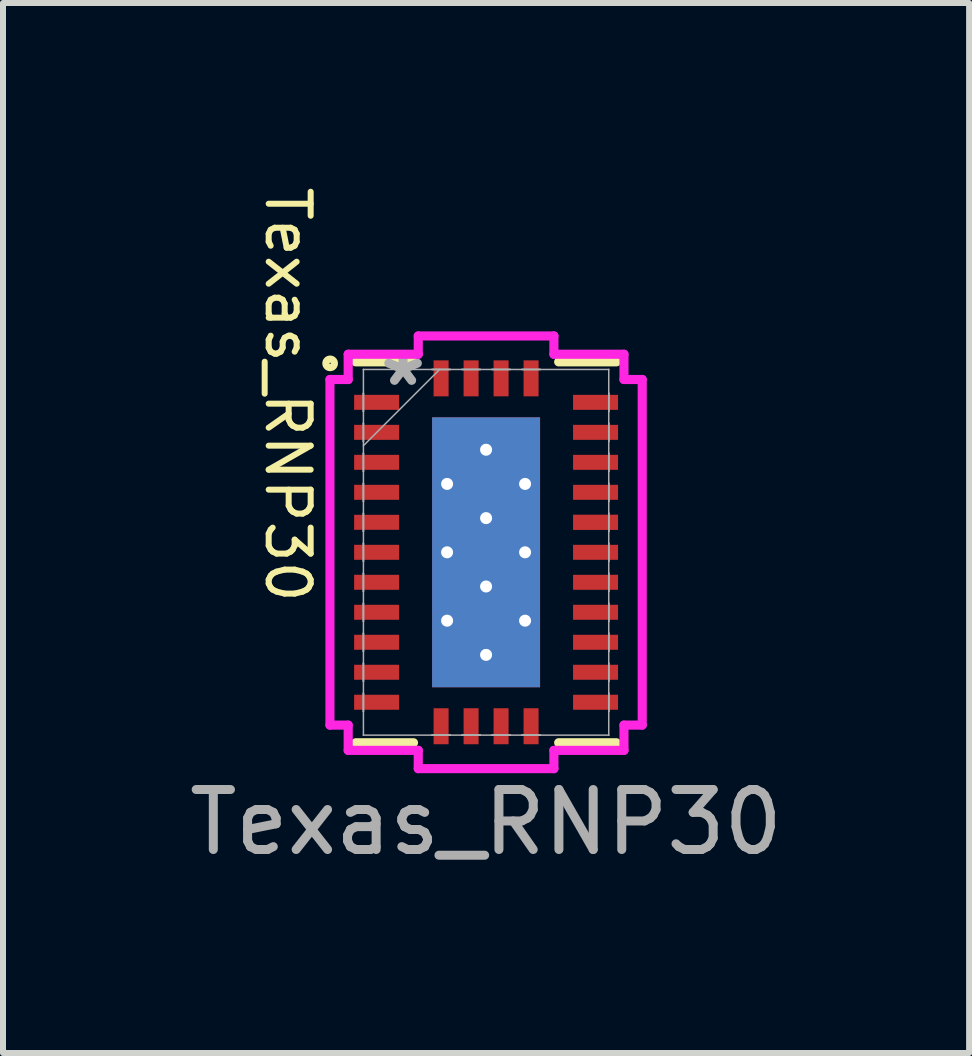
<source format=kicad_pcb>
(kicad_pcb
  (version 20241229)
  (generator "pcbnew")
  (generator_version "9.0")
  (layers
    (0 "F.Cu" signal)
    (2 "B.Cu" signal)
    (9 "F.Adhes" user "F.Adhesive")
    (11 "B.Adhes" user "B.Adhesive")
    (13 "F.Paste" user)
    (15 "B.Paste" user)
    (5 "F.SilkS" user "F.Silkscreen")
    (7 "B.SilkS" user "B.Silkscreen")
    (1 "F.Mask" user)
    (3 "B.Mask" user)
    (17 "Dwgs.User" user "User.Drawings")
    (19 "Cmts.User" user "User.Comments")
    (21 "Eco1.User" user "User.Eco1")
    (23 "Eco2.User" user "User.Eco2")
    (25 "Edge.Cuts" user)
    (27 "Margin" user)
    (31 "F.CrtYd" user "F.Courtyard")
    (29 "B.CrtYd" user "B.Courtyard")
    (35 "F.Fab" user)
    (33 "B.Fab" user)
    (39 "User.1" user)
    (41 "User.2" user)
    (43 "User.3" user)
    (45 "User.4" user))
  (footprint "Texas_RNP30"
    (layer "F.Cu")
    (at 5.054 6.158)
    (property "Reference" "Texas_RNP30" (at -3.306 -2.628 270) (unlocked yes) (layer "F.SilkS") (effects (font (size 0.7 0.7) (thickness 0.1))))
    (attr smd)
    (fp_line (start -2.172 3.175) (end -1.21 3.175) (stroke (width 0.152) (type solid)) (layer "F.SilkS"))
    (fp_line (start -1.21 -3.175) (end -2.172 -3.175) (stroke (width 0.152) (type solid)) (layer "F.SilkS"))
    (fp_line (start 1.21 3.175) (end 2.172 3.175) (stroke (width 0.152) (type solid)) (layer "F.SilkS"))
    (fp_line (start 2.172 -3.175) (end 1.21 -3.175) (stroke (width 0.152) (type solid)) (layer "F.SilkS"))
    (fp_circle (center -2.6 -3.15) (end -2.55 -3.1) (stroke (width 0.12) (type default)) (fill no) (layer "F.SilkS"))
    (fp_line (start -2.603 -2.881) (end -2.299 -2.881) (stroke (width 0.152) (type solid)) (layer "F.CrtYd"))
    (fp_line (start -2.603 2.881) (end -2.603 -2.881) (stroke (width 0.152) (type solid)) (layer "F.CrtYd"))
    (fp_line (start -2.299 -3.302) (end -1.131 -3.302) (stroke (width 0.152) (type solid)) (layer "F.CrtYd"))
    (fp_line (start -2.299 -2.881) (end -2.299 -3.302) (stroke (width 0.152) (type solid)) (layer "F.CrtYd"))
    (fp_line (start -2.299 2.881) (end -2.603 2.881) (stroke (width 0.152) (type solid)) (layer "F.CrtYd"))
    (fp_line (start -2.299 3.302) (end -2.299 2.881) (stroke (width 0.152) (type solid)) (layer "F.CrtYd"))
    (fp_line (start -1.131 -3.607) (end 1.131 -3.607) (stroke (width 0.152) (type solid)) (layer "F.CrtYd"))
    (fp_line (start -1.131 -3.302) (end -1.131 -3.607) (stroke (width 0.152) (type solid)) (layer "F.CrtYd"))
    (fp_line (start -1.131 3.302) (end -2.299 3.302) (stroke (width 0.152) (type solid)) (layer "F.CrtYd"))
    (fp_line (start -1.131 3.607) (end -1.131 3.302) (stroke (width 0.152) (type solid)) (layer "F.CrtYd"))
    (fp_line (start 1.131 -3.607) (end 1.131 -3.302) (stroke (width 0.152) (type solid)) (layer "F.CrtYd"))
    (fp_line (start 1.131 -3.302) (end 2.299 -3.302) (stroke (width 0.152) (type solid)) (layer "F.CrtYd"))
    (fp_line (start 1.131 3.302) (end 1.131 3.607) (stroke (width 0.152) (type solid)) (layer "F.CrtYd"))
    (fp_line (start 1.131 3.607) (end -1.131 3.607) (stroke (width 0.152) (type solid)) (layer "F.CrtYd"))
    (fp_line (start 2.299 -3.302) (end 2.299 -2.881) (stroke (width 0.152) (type solid)) (layer "F.CrtYd"))
    (fp_line (start 2.299 -2.881) (end 2.603 -2.881) (stroke (width 0.152) (type solid)) (layer "F.CrtYd"))
    (fp_line (start 2.299 2.881) (end 2.299 3.302) (stroke (width 0.152) (type solid)) (layer "F.CrtYd"))
    (fp_line (start 2.299 3.302) (end 1.131 3.302) (stroke (width 0.152) (type solid)) (layer "F.CrtYd"))
    (fp_line (start 2.603 -2.881) (end 2.603 2.881) (stroke (width 0.152) (type solid)) (layer "F.CrtYd"))
    (fp_line (start 2.603 2.881) (end 2.299 2.881) (stroke (width 0.152) (type solid)) (layer "F.CrtYd"))
    (fp_line (start -2.045 -3.048) (end -2.045 -3.048) (stroke (width 0.025) (type solid)) (layer "F.Fab"))
    (fp_line (start -2.045 -3.048) (end -2.045 3.048) (stroke (width 0.025) (type solid)) (layer "F.Fab"))
    (fp_line (start -2.045 -2.652) (end -2.045 -2.652) (stroke (width 0.025) (type solid)) (layer "F.Fab"))
    (fp_line (start -2.045 -2.652) (end -2.045 -2.348) (stroke (width 0.025) (type solid)) (layer "F.Fab"))
    (fp_line (start -2.045 -2.348) (end -2.045 -2.652) (stroke (width 0.025) (type solid)) (layer "F.Fab"))
    (fp_line (start -2.045 -2.348) (end -2.045 -2.348) (stroke (width 0.025) (type solid)) (layer "F.Fab"))
    (fp_line (start -2.045 -2.152) (end -2.045 -2.152) (stroke (width 0.025) (type solid)) (layer "F.Fab"))
    (fp_line (start -2.045 -2.152) (end -2.045 -1.848) (stroke (width 0.025) (type solid)) (layer "F.Fab"))
    (fp_line (start -2.045 -1.848) (end -2.045 -2.152) (stroke (width 0.025) (type solid)) (layer "F.Fab"))
    (fp_line (start -2.045 -1.848) (end -2.045 -1.848) (stroke (width 0.025) (type solid)) (layer "F.Fab"))
    (fp_line (start -2.045 -1.778) (end -0.775 -3.048) (stroke (width 0.025) (type solid)) (layer "F.Fab"))
    (fp_line (start -2.045 -1.652) (end -2.045 -1.652) (stroke (width 0.025) (type solid)) (layer "F.Fab"))
    (fp_line (start -2.045 -1.652) (end -2.045 -1.348) (stroke (width 0.025) (type solid)) (layer "F.Fab"))
    (fp_line (start -2.045 -1.348) (end -2.045 -1.652) (stroke (width 0.025) (type solid)) (layer "F.Fab"))
    (fp_line (start -2.045 -1.348) (end -2.045 -1.348) (stroke (width 0.025) (type solid)) (layer "F.Fab"))
    (fp_line (start -2.045 -1.152) (end -2.045 -1.152) (stroke (width 0.025) (type solid)) (layer "F.Fab"))
    (fp_line (start -2.045 -1.152) (end -2.045 -0.848) (stroke (width 0.025) (type solid)) (layer "F.Fab"))
    (fp_line (start -2.045 -0.848) (end -2.045 -1.152) (stroke (width 0.025) (type solid)) (layer "F.Fab"))
    (fp_line (start -2.045 -0.848) (end -2.045 -0.848) (stroke (width 0.025) (type solid)) (layer "F.Fab"))
    (fp_line (start -2.045 -0.652) (end -2.045 -0.652) (stroke (width 0.025) (type solid)) (layer "F.Fab"))
    (fp_line (start -2.045 -0.652) (end -2.045 -0.348) (stroke (width 0.025) (type solid)) (layer "F.Fab"))
    (fp_line (start -2.045 -0.348) (end -2.045 -0.652) (stroke (width 0.025) (type solid)) (layer "F.Fab"))
    (fp_line (start -2.045 -0.348) (end -2.045 -0.348) (stroke (width 0.025) (type solid)) (layer "F.Fab"))
    (fp_line (start -2.045 -0.152) (end -2.045 -0.152) (stroke (width 0.025) (type solid)) (layer "F.Fab"))
    (fp_line (start -2.045 -0.152) (end -2.045 0.152) (stroke (width 0.025) (type solid)) (layer "F.Fab"))
    (fp_line (start -2.045 0.152) (end -2.045 -0.152) (stroke (width 0.025) (type solid)) (layer "F.Fab"))
    (fp_line (start -2.045 0.152) (end -2.045 0.152) (stroke (width 0.025) (type solid)) (layer "F.Fab"))
    (fp_line (start -2.045 0.348) (end -2.045 0.348) (stroke (width 0.025) (type solid)) (layer "F.Fab"))
    (fp_line (start -2.045 0.348) (end -2.045 0.652) (stroke (width 0.025) (type solid)) (layer "F.Fab"))
    (fp_line (start -2.045 0.652) (end -2.045 0.348) (stroke (width 0.025) (type solid)) (layer "F.Fab"))
    (fp_line (start -2.045 0.652) (end -2.045 0.652) (stroke (width 0.025) (type solid)) (layer "F.Fab"))
    (fp_line (start -2.045 0.848) (end -2.045 0.848) (stroke (width 0.025) (type solid)) (layer "F.Fab"))
    (fp_line (start -2.045 0.848) (end -2.045 1.152) (stroke (width 0.025) (type solid)) (layer "F.Fab"))
    (fp_line (start -2.045 1.152) (end -2.045 0.848) (stroke (width 0.025) (type solid)) (layer "F.Fab"))
    (fp_line (start -2.045 1.152) (end -2.045 1.152) (stroke (width 0.025) (type solid)) (layer "F.Fab"))
    (fp_line (start -2.045 1.348) (end -2.045 1.348) (stroke (width 0.025) (type solid)) (layer "F.Fab"))
    (fp_line (start -2.045 1.348) (end -2.045 1.652) (stroke (width 0.025) (type solid)) (layer "F.Fab"))
    (fp_line (start -2.045 1.652) (end -2.045 1.348) (stroke (width 0.025) (type solid)) (layer "F.Fab"))
    (fp_line (start -2.045 1.652) (end -2.045 1.652) (stroke (width 0.025) (type solid)) (layer "F.Fab"))
    (fp_line (start -2.045 1.848) (end -2.045 1.848) (stroke (width 0.025) (type solid)) (layer "F.Fab"))
    (fp_line (start -2.045 1.848) (end -2.045 2.152) (stroke (width 0.025) (type solid)) (layer "F.Fab"))
    (fp_line (start -2.045 2.152) (end -2.045 1.848) (stroke (width 0.025) (type solid)) (layer "F.Fab"))
    (fp_line (start -2.045 2.152) (end -2.045 2.152) (stroke (width 0.025) (type solid)) (layer "F.Fab"))
    (fp_line (start -2.045 2.348) (end -2.045 2.348) (stroke (width 0.025) (type solid)) (layer "F.Fab"))
    (fp_line (start -2.045 2.348) (end -2.045 2.652) (stroke (width 0.025) (type solid)) (layer "F.Fab"))
    (fp_line (start -2.045 2.652) (end -2.045 2.348) (stroke (width 0.025) (type solid)) (layer "F.Fab"))
    (fp_line (start -2.045 2.652) (end -2.045 2.652) (stroke (width 0.025) (type solid)) (layer "F.Fab"))
    (fp_line (start -2.045 3.048) (end -2.045 3.048) (stroke (width 0.025) (type solid)) (layer "F.Fab"))
    (fp_line (start -2.045 3.048) (end 2.045 3.048) (stroke (width 0.025) (type solid)) (layer "F.Fab"))
    (fp_line (start -0.902 -3.048) (end -0.902 -3.048) (stroke (width 0.025) (type solid)) (layer "F.Fab"))
    (fp_line (start -0.902 -3.048) (end -0.598 -3.048) (stroke (width 0.025) (type solid)) (layer "F.Fab"))
    (fp_line (start -0.902 3.048) (end -0.902 3.048) (stroke (width 0.025) (type solid)) (layer "F.Fab"))
    (fp_line (start -0.902 3.048) (end -0.598 3.048) (stroke (width 0.025) (type solid)) (layer "F.Fab"))
    (fp_line (start -0.598 -3.048) (end -0.902 -3.048) (stroke (width 0.025) (type solid)) (layer "F.Fab"))
    (fp_line (start -0.598 -3.048) (end -0.598 -3.048) (stroke (width 0.025) (type solid)) (layer "F.Fab"))
    (fp_line (start -0.598 3.048) (end -0.902 3.048) (stroke (width 0.025) (type solid)) (layer "F.Fab"))
    (fp_line (start -0.598 3.048) (end -0.598 3.048) (stroke (width 0.025) (type solid)) (layer "F.Fab"))
    (fp_line (start -0.402 -3.048) (end -0.402 -3.048) (stroke (width 0.025) (type solid)) (layer "F.Fab"))
    (fp_line (start -0.402 -3.048) (end -0.098 -3.048) (stroke (width 0.025) (type solid)) (layer "F.Fab"))
    (fp_line (start -0.402 3.048) (end -0.402 3.048) (stroke (width 0.025) (type solid)) (layer "F.Fab"))
    (fp_line (start -0.402 3.048) (end -0.098 3.048) (stroke (width 0.025) (type solid)) (layer "F.Fab"))
    (fp_line (start -0.098 -3.048) (end -0.402 -3.048) (stroke (width 0.025) (type solid)) (layer "F.Fab"))
    (fp_line (start -0.098 -3.048) (end -0.098 -3.048) (stroke (width 0.025) (type solid)) (layer "F.Fab"))
    (fp_line (start -0.098 3.048) (end -0.402 3.048) (stroke (width 0.025) (type solid)) (layer "F.Fab"))
    (fp_line (start -0.098 3.048) (end -0.098 3.048) (stroke (width 0.025) (type solid)) (layer "F.Fab"))
    (fp_line (start 0.098 -3.048) (end 0.098 -3.048) (stroke (width 0.025) (type solid)) (layer "F.Fab"))
    (fp_line (start 0.098 -3.048) (end 0.402 -3.048) (stroke (width 0.025) (type solid)) (layer "F.Fab"))
    (fp_line (start 0.098 3.048) (end 0.098 3.048) (stroke (width 0.025) (type solid)) (layer "F.Fab"))
    (fp_line (start 0.098 3.048) (end 0.402 3.048) (stroke (width 0.025) (type solid)) (layer "F.Fab"))
    (fp_line (start 0.402 -3.048) (end 0.098 -3.048) (stroke (width 0.025) (type solid)) (layer "F.Fab"))
    (fp_line (start 0.402 -3.048) (end 0.402 -3.048) (stroke (width 0.025) (type solid)) (layer "F.Fab"))
    (fp_line (start 0.402 3.048) (end 0.098 3.048) (stroke (width 0.025) (type solid)) (layer "F.Fab"))
    (fp_line (start 0.402 3.048) (end 0.402 3.048) (stroke (width 0.025) (type solid)) (layer "F.Fab"))
    (fp_line (start 0.598 -3.048) (end 0.598 -3.048) (stroke (width 0.025) (type solid)) (layer "F.Fab"))
    (fp_line (start 0.598 -3.048) (end 0.902 -3.048) (stroke (width 0.025) (type solid)) (layer "F.Fab"))
    (fp_line (start 0.598 3.048) (end 0.598 3.048) (stroke (width 0.025) (type solid)) (layer "F.Fab"))
    (fp_line (start 0.598 3.048) (end 0.902 3.048) (stroke (width 0.025) (type solid)) (layer "F.Fab"))
    (fp_line (start 0.902 -3.048) (end 0.598 -3.048) (stroke (width 0.025) (type solid)) (layer "F.Fab"))
    (fp_line (start 0.902 -3.048) (end 0.902 -3.048) (stroke (width 0.025) (type solid)) (layer "F.Fab"))
    (fp_line (start 0.902 3.048) (end 0.598 3.048) (stroke (width 0.025) (type solid)) (layer "F.Fab"))
    (fp_line (start 0.902 3.048) (end 0.902 3.048) (stroke (width 0.025) (type solid)) (layer "F.Fab"))
    (fp_line (start 2.045 -3.048) (end -2.045 -3.048) (stroke (width 0.025) (type solid)) (layer "F.Fab"))
    (fp_line (start 2.045 -3.048) (end 2.045 -3.048) (stroke (width 0.025) (type solid)) (layer "F.Fab"))
    (fp_line (start 2.045 -2.652) (end 2.045 -2.652) (stroke (width 0.025) (type solid)) (layer "F.Fab"))
    (fp_line (start 2.045 -2.652) (end 2.045 -2.348) (stroke (width 0.025) (type solid)) (layer "F.Fab"))
    (fp_line (start 2.045 -2.348) (end 2.045 -2.652) (stroke (width 0.025) (type solid)) (layer "F.Fab"))
    (fp_line (start 2.045 -2.348) (end 2.045 -2.348) (stroke (width 0.025) (type solid)) (layer "F.Fab"))
    (fp_line (start 2.045 -2.152) (end 2.045 -2.152) (stroke (width 0.025) (type solid)) (layer "F.Fab"))
    (fp_line (start 2.045 -2.152) (end 2.045 -1.848) (stroke (width 0.025) (type solid)) (layer "F.Fab"))
    (fp_line (start 2.045 -1.848) (end 2.045 -2.152) (stroke (width 0.025) (type solid)) (layer "F.Fab"))
    (fp_line (start 2.045 -1.848) (end 2.045 -1.848) (stroke (width 0.025) (type solid)) (layer "F.Fab"))
    (fp_line (start 2.045 -1.652) (end 2.045 -1.652) (stroke (width 0.025) (type solid)) (layer "F.Fab"))
    (fp_line (start 2.045 -1.652) (end 2.045 -1.348) (stroke (width 0.025) (type solid)) (layer "F.Fab"))
    (fp_line (start 2.045 -1.348) (end 2.045 -1.652) (stroke (width 0.025) (type solid)) (layer "F.Fab"))
    (fp_line (start 2.045 -1.348) (end 2.045 -1.348) (stroke (width 0.025) (type solid)) (layer "F.Fab"))
    (fp_line (start 2.045 -1.152) (end 2.045 -1.152) (stroke (width 0.025) (type solid)) (layer "F.Fab"))
    (fp_line (start 2.045 -1.152) (end 2.045 -0.848) (stroke (width 0.025) (type solid)) (layer "F.Fab"))
    (fp_line (start 2.045 -0.848) (end 2.045 -1.152) (stroke (width 0.025) (type solid)) (layer "F.Fab"))
    (fp_line (start 2.045 -0.848) (end 2.045 -0.848) (stroke (width 0.025) (type solid)) (layer "F.Fab"))
    (fp_line (start 2.045 -0.652) (end 2.045 -0.652) (stroke (width 0.025) (type solid)) (layer "F.Fab"))
    (fp_line (start 2.045 -0.652) (end 2.045 -0.348) (stroke (width 0.025) (type solid)) (layer "F.Fab"))
    (fp_line (start 2.045 -0.348) (end 2.045 -0.652) (stroke (width 0.025) (type solid)) (layer "F.Fab"))
    (fp_line (start 2.045 -0.348) (end 2.045 -0.348) (stroke (width 0.025) (type solid)) (layer "F.Fab"))
    (fp_line (start 2.045 -0.152) (end 2.045 -0.152) (stroke (width 0.025) (type solid)) (layer "F.Fab"))
    (fp_line (start 2.045 -0.152) (end 2.045 0.152) (stroke (width 0.025) (type solid)) (layer "F.Fab"))
    (fp_line (start 2.045 0.152) (end 2.045 -0.152) (stroke (width 0.025) (type solid)) (layer "F.Fab"))
    (fp_line (start 2.045 0.152) (end 2.045 0.152) (stroke (width 0.025) (type solid)) (layer "F.Fab"))
    (fp_line (start 2.045 0.348) (end 2.045 0.348) (stroke (width 0.025) (type solid)) (layer "F.Fab"))
    (fp_line (start 2.045 0.348) (end 2.045 0.652) (stroke (width 0.025) (type solid)) (layer "F.Fab"))
    (fp_line (start 2.045 0.652) (end 2.045 0.348) (stroke (width 0.025) (type solid)) (layer "F.Fab"))
    (fp_line (start 2.045 0.652) (end 2.045 0.652) (stroke (width 0.025) (type solid)) (layer "F.Fab"))
    (fp_line (start 2.045 0.848) (end 2.045 0.848) (stroke (width 0.025) (type solid)) (layer "F.Fab"))
    (fp_line (start 2.045 0.848) (end 2.045 1.152) (stroke (width 0.025) (type solid)) (layer "F.Fab"))
    (fp_line (start 2.045 1.152) (end 2.045 0.848) (stroke (width 0.025) (type solid)) (layer "F.Fab"))
    (fp_line (start 2.045 1.152) (end 2.045 1.152) (stroke (width 0.025) (type solid)) (layer "F.Fab"))
    (fp_line (start 2.045 1.348) (end 2.045 1.348) (stroke (width 0.025) (type solid)) (layer "F.Fab"))
    (fp_line (start 2.045 1.348) (end 2.045 1.652) (stroke (width 0.025) (type solid)) (layer "F.Fab"))
    (fp_line (start 2.045 1.652) (end 2.045 1.348) (stroke (width 0.025) (type solid)) (layer "F.Fab"))
    (fp_line (start 2.045 1.652) (end 2.045 1.652) (stroke (width 0.025) (type solid)) (layer "F.Fab"))
    (fp_line (start 2.045 1.848) (end 2.045 1.848) (stroke (width 0.025) (type solid)) (layer "F.Fab"))
    (fp_line (start 2.045 1.848) (end 2.045 2.152) (stroke (width 0.025) (type solid)) (layer "F.Fab"))
    (fp_line (start 2.045 2.152) (end 2.045 1.848) (stroke (width 0.025) (type solid)) (layer "F.Fab"))
    (fp_line (start 2.045 2.152) (end 2.045 2.152) (stroke (width 0.025) (type solid)) (layer "F.Fab"))
    (fp_line (start 2.045 2.348) (end 2.045 2.348) (stroke (width 0.025) (type solid)) (layer "F.Fab"))
    (fp_line (start 2.045 2.348) (end 2.045 2.652) (stroke (width 0.025) (type solid)) (layer "F.Fab"))
    (fp_line (start 2.045 2.652) (end 2.045 2.348) (stroke (width 0.025) (type solid)) (layer "F.Fab"))
    (fp_line (start 2.045 2.652) (end 2.045 2.652) (stroke (width 0.025) (type solid)) (layer "F.Fab"))
    (fp_line (start 2.045 3.048) (end 2.045 -3.048) (stroke (width 0.025) (type solid)) (layer "F.Fab"))
    (fp_line (start 2.045 3.048) (end 2.045 3.048) (stroke (width 0.025) (type solid)) (layer "F.Fab"))
    (fp_text user "${REFERENCE}" (at 0 4.5 0) (unlocked yes) (layer "F.Fab") (effects (font (size 1 1) (thickness 0.15))))
    (fp_text user "*" (at -1.384 -2.75 0) (unlocked yes) (layer "F.Fab") (effects (font (size 1 1) (thickness 0.15))))
    (pad "" smd roundrect (at -0.5 -1.71) (size 0.8 0.94) (layers "F.Mask" "F.Paste") (roundrect_rratio 0.1))
    (pad "" smd roundrect (at -0.5 -0.57) (size 0.8 0.94) (layers "F.Mask" "F.Paste") (roundrect_rratio 0.1))
    (pad "" smd roundrect (at -0.5 0.57) (size 0.8 0.94) (layers "F.Mask" "F.Paste") (roundrect_rratio 0.1))
    (pad "" smd roundrect (at -0.5 1.71) (size 0.8 0.94) (layers "F.Mask" "F.Paste") (roundrect_rratio 0.1))
    (pad "" smd roundrect (at 0.5 -1.71) (size 0.8 0.94) (layers "F.Mask" "F.Paste") (roundrect_rratio 0.1))
    (pad "" smd roundrect (at 0.5 -0.57) (size 0.8 0.94) (layers "F.Mask" "F.Paste") (roundrect_rratio 0.1))
    (pad "" smd roundrect (at 0.5 0.57) (size 0.8 0.94) (layers "F.Mask" "F.Paste") (roundrect_rratio 0.1))
    (pad "" smd roundrect (at 0.5 1.71) (size 0.8 0.94) (layers "F.Mask" "F.Paste") (roundrect_rratio 0.1))
    (pad "1" smd rect (at -1.825 -2.5 90) (size 0.25 0.75) (layers "F.Cu" "F.Mask" "F.Paste"))
    (pad "2" smd rect (at -1.825 -2 90) (size 0.25 0.75) (layers "F.Cu" "F.Mask" "F.Paste"))
    (pad "3" smd rect (at -1.825 -1.5 90) (size 0.25 0.75) (layers "F.Cu" "F.Mask" "F.Paste"))
    (pad "4" smd rect (at -1.825 -1 90) (size 0.25 0.75) (layers "F.Cu" "F.Mask" "F.Paste"))
    (pad "5" smd rect (at -1.825 -0.5 90) (size 0.25 0.75) (layers "F.Cu" "F.Mask" "F.Paste"))
    (pad "6" smd rect (at -1.825 0 90) (size 0.25 0.75) (layers "F.Cu" "F.Mask" "F.Paste"))
    (pad "7" smd rect (at -1.825 0.5 90) (size 0.25 0.75) (layers "F.Cu" "F.Mask" "F.Paste"))
    (pad "8" smd rect (at -1.825 1 90) (size 0.25 0.75) (layers "F.Cu" "F.Mask" "F.Paste"))
    (pad "9" smd rect (at -1.825 1.5 90) (size 0.25 0.75) (layers "F.Cu" "F.Mask" "F.Paste"))
    (pad "10" smd rect (at -1.825 2 90) (size 0.25 0.75) (layers "F.Cu" "F.Mask" "F.Paste"))
    (pad "11" smd rect (at -1.825 2.5 90) (size 0.25 0.75) (layers "F.Cu" "F.Mask" "F.Paste"))
    (pad "12" smd rect (at -0.75 2.9) (size 0.25 0.6) (layers "F.Cu" "F.Mask" "F.Paste"))
    (pad "13" smd rect (at -0.25 2.9) (size 0.25 0.6) (layers "F.Cu" "F.Mask" "F.Paste"))
    (pad "14" smd rect (at 0.25 2.9) (size 0.25 0.6) (layers "F.Cu" "F.Mask" "F.Paste"))
    (pad "15" smd rect (at 0.75 2.9) (size 0.25 0.6) (layers "F.Cu" "F.Mask" "F.Paste"))
    (pad "16" smd rect (at 1.825 2.5 90) (size 0.25 0.75) (layers "F.Cu" "F.Mask" "F.Paste"))
    (pad "17" smd rect (at 1.825 2 90) (size 0.25 0.75) (layers "F.Cu" "F.Mask" "F.Paste"))
    (pad "18" smd rect (at 1.825 1.5 90) (size 0.25 0.75) (layers "F.Cu" "F.Mask" "F.Paste"))
    (pad "19" smd rect (at 1.825 1 90) (size 0.25 0.75) (layers "F.Cu" "F.Mask" "F.Paste"))
    (pad "20" smd rect (at 1.825 0.5 90) (size 0.25 0.75) (layers "F.Cu" "F.Mask" "F.Paste"))
    (pad "21" smd rect (at 1.825 0 90) (size 0.25 0.75) (layers "F.Cu" "F.Mask" "F.Paste"))
    (pad "22" smd rect (at 1.825 -0.5 90) (size 0.254 0.75) (layers "F.Cu" "F.Mask" "F.Paste"))
    (pad "23" smd rect (at 1.825 -1 90) (size 0.25 0.75) (layers "F.Cu" "F.Mask" "F.Paste"))
    (pad "24" smd rect (at 1.825 -1.5 90) (size 0.25 0.75) (layers "F.Cu" "F.Mask" "F.Paste"))
    (pad "25" smd rect (at 1.825 -2 90) (size 0.25 0.75) (layers "F.Cu" "F.Mask" "F.Paste"))
    (pad "26" smd rect (at 1.825 -2.5 90) (size 0.25 0.75) (layers "F.Cu" "F.Mask" "F.Paste"))
    (pad "27" smd rect (at 0.75 -2.9) (size 0.25 0.6) (layers "F.Cu" "F.Mask" "F.Paste"))
    (pad "28" smd rect (at 0.25 -2.9) (size 0.25 0.6) (layers "F.Cu" "F.Mask" "F.Paste"))
    (pad "29" smd rect (at -0.25 -2.9) (size 0.25 0.6) (layers "F.Cu" "F.Mask" "F.Paste"))
    (pad "30" smd rect (at -0.75 -2.9) (size 0.25 0.6) (layers "F.Cu" "F.Mask" "F.Paste"))
    (pad "31" thru_hole circle (at -0.65 -1.14) (size 0.45 0.45) (drill 0.2) (layers "*.Cu" "*.Mask"))
    (pad "31" thru_hole circle (at -0.65 0) (size 0.45 0.45) (drill 0.2) (layers "*.Cu" "*.Mask"))
    (pad "31" thru_hole circle (at -0.65 1.14) (size 0.45 0.45) (drill 0.2) (layers "*.Cu" "*.Mask"))
    (pad "31" thru_hole circle (at 0 -1.71) (size 0.45 0.45) (drill 0.2) (layers "*.Cu" "*.Mask"))
    (pad "31" thru_hole circle (at 0 -0.57) (size 0.45 0.45) (drill 0.2) (layers "*.Cu" "*.Mask"))
    (pad "31" smd rect (at 0 0) (size 1.8 4.5) (layers "F.Cu"))
    (pad "31" smd rect (at 0 0) (size 1.8 4.5) (layers "B.Cu"))
    (pad "31" thru_hole circle (at 0 0.57) (size 0.45 0.45) (drill 0.2) (layers "*.Cu" "*.Mask"))
    (pad "31" thru_hole circle (at 0 1.71) (size 0.45 0.45) (drill 0.2) (layers "*.Cu" "*.Mask"))
    (pad "31" thru_hole circle (at 0.65 -1.14) (size 0.45 0.45) (drill 0.2) (layers "*.Cu" "*.Mask"))
    (pad "31" thru_hole circle (at 0.65 0) (size 0.45 0.45) (drill 0.2) (layers "*.Cu" "*.Mask"))
    (pad "31" thru_hole circle (at 0.65 1.14) (size 0.45 0.45) (drill 0.2) (layers "*.Cu" "*.Mask")))
  (gr_rect
    (start -3 -3)
    (end 13.107 14.506)
    (stroke (width 0.1) (type default))
    (fill no)
    (layer "Edge.Cuts")))
</source>
